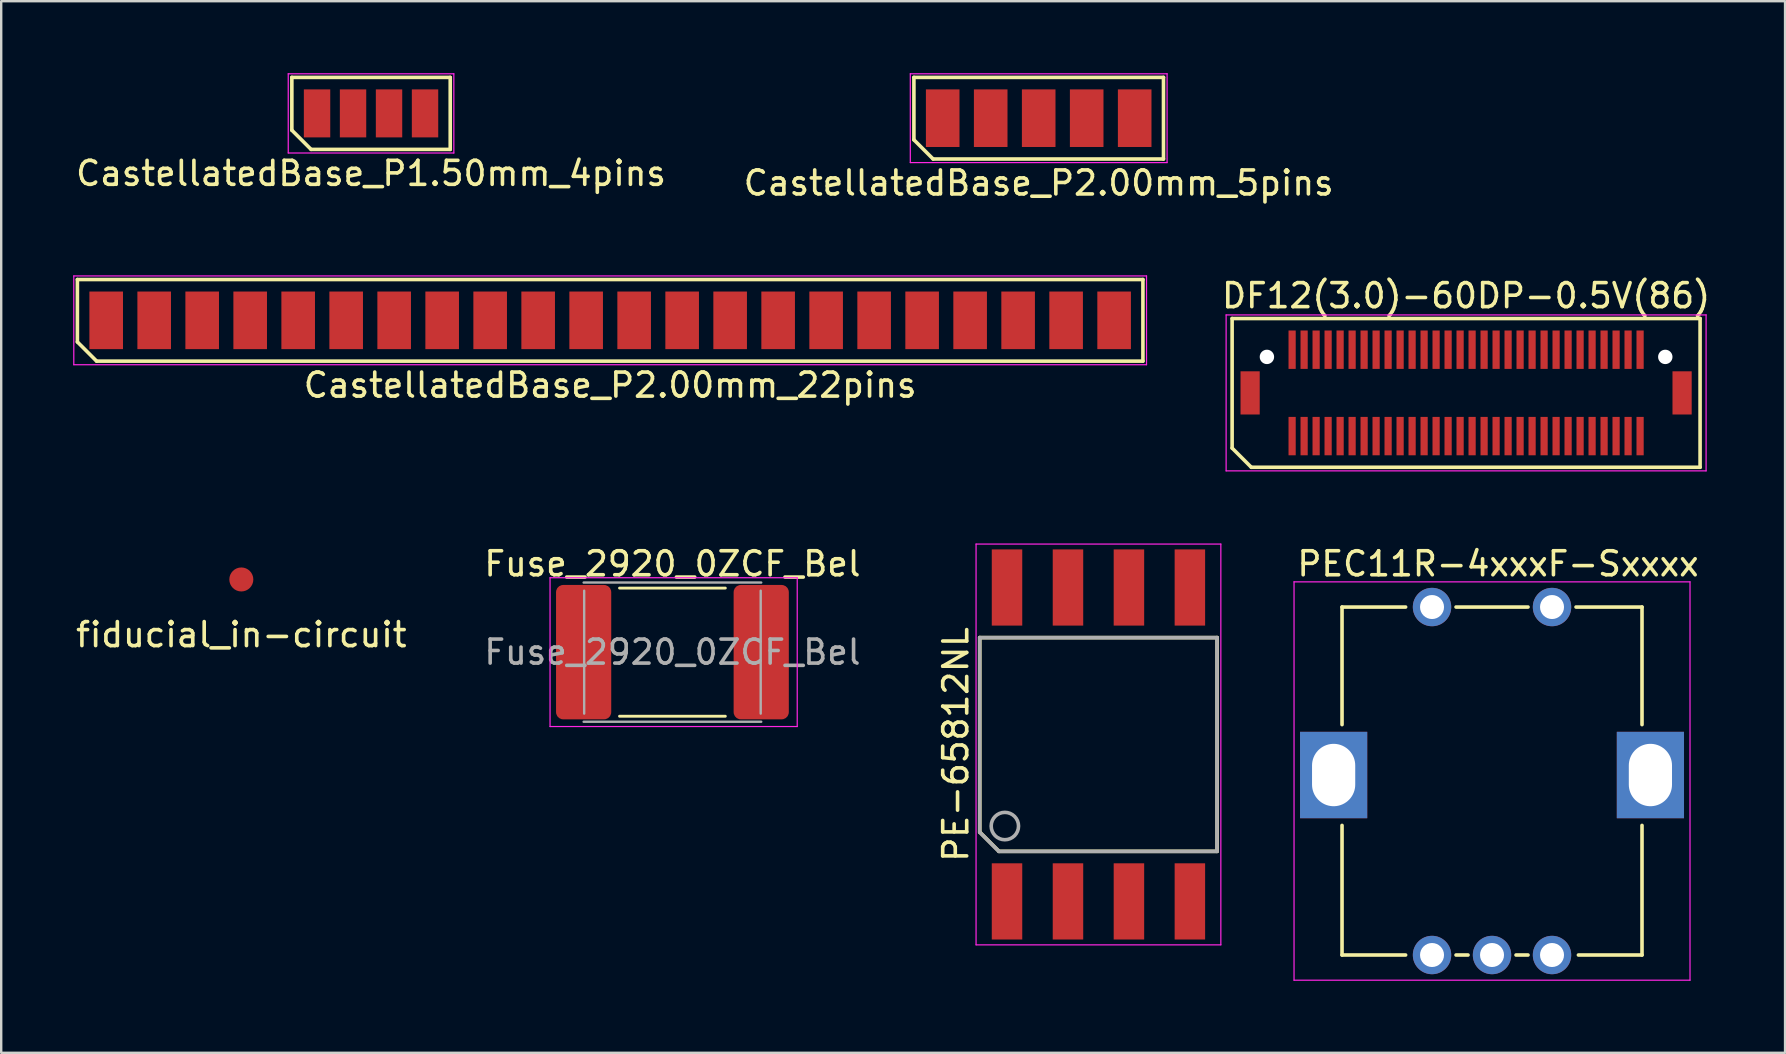
<source format=kicad_pcb>
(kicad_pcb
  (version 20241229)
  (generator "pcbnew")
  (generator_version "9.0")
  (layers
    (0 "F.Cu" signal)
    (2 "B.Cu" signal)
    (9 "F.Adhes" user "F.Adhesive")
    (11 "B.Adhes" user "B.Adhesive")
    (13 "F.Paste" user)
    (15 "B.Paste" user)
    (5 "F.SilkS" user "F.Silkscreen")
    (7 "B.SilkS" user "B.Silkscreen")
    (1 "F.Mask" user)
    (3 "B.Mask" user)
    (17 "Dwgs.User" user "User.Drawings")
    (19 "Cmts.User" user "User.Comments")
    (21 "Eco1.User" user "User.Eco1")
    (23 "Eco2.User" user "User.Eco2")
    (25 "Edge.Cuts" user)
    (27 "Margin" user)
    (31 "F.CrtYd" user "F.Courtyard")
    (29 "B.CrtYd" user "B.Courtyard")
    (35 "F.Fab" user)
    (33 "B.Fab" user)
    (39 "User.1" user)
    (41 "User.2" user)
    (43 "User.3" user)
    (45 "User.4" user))
  (footprint "CastellatedBase_P1.50mm_4pins"
    (layer "F.Cu")
    (at 12.411 1.675)
    (property "Reference" "CastellatedBase_P1.50mm_4pins" (at 0 2.5 0) (layer "F.SilkS") (effects (font (size 1 1) (thickness 0.15))))
    (attr smd)
    (fp_line (start -3.3 -1.5) (end 3.3 -1.5) (stroke (width 0.15) (type solid)) (layer "F.SilkS"))
    (fp_line (start -3.3 0.7) (end -3.3 -1.5) (stroke (width 0.15) (type solid)) (layer "F.SilkS"))
    (fp_line (start -2.5 1.5) (end -3.3 0.7) (stroke (width 0.15) (type solid)) (layer "F.SilkS"))
    (fp_line (start 3.3 -1.5) (end 3.3 1.5) (stroke (width 0.15) (type solid)) (layer "F.SilkS"))
    (fp_line (start 3.3 1.5) (end -2.5 1.5) (stroke (width 0.15) (type solid)) (layer "F.SilkS"))
    (fp_line (start -3.45 -1.65) (end 3.45 -1.65) (stroke (width 0.05) (type solid)) (layer "F.CrtYd"))
    (fp_line (start -3.45 1.65) (end -3.45 -1.65) (stroke (width 0.05) (type solid)) (layer "F.CrtYd"))
    (fp_line (start 3.45 -1.65) (end 3.45 1.65) (stroke (width 0.05) (type solid)) (layer "F.CrtYd"))
    (fp_line (start 3.45 1.65) (end -3.45 1.65) (stroke (width 0.05) (type solid)) (layer "F.CrtYd"))
    (pad "1" smd rect (at -2.25 0) (size 1.1 2) (layers "F.Cu" "F.Mask" "F.Paste"))
    (pad "2" smd rect (at -0.75 0) (size 1.1 2) (layers "F.Cu" "F.Mask" "F.Paste"))
    (pad "3" smd rect (at 0.75 0) (size 1.1 2) (layers "F.Cu" "F.Mask" "F.Paste"))
    (pad "4" smd rect (at 2.25 0) (size 1.1 2) (layers "F.Cu" "F.Mask" "F.Paste")))
  (footprint "DF12(3.0)-60DP-0.5V(86)"
    (layer "F.Cu")
    (at 58.042 13.322)
    (property "Reference" "DF12(3.0)-60DP-0.5V(86)" (at 0 -4.05 180) (layer "F.SilkS") (effects (font (size 1 1) (thickness 0.15))))
    (attr smd)
    (fp_line (start -9.75 -3.1) (end 9.75 -3.1) (stroke (width 0.15) (type solid)) (layer "F.SilkS"))
    (fp_line (start -9.75 2.3) (end -9.75 -3.1) (stroke (width 0.15) (type solid)) (layer "F.SilkS"))
    (fp_line (start -8.95 3.1) (end -9.75 2.3) (stroke (width 0.15) (type solid)) (layer "F.SilkS"))
    (fp_line (start 9.75 -3.1) (end 9.75 3.1) (stroke (width 0.15) (type solid)) (layer "F.SilkS"))
    (fp_line (start 9.75 3.1) (end -8.95 3.1) (stroke (width 0.15) (type solid)) (layer "F.SilkS"))
    (fp_line (start -10 -3.25) (end 10 -3.25) (stroke (width 0.05) (type solid)) (layer "F.CrtYd"))
    (fp_line (start -10 3.25) (end -10 -3.25) (stroke (width 0.05) (type solid)) (layer "F.CrtYd"))
    (fp_line (start 10 -3.25) (end 10 3.25) (stroke (width 0.05) (type solid)) (layer "F.CrtYd"))
    (fp_line (start 10 3.25) (end -10 3.25) (stroke (width 0.05) (type solid)) (layer "F.CrtYd"))
    (pad "" smd rect (at -9 0) (size 0.8 1.8) (layers "F.Cu" "F.Mask" "F.Paste"))
    (pad "" np_thru_hole circle (at -8.3 -1.5) (size 0.6 0.6) (drill 0.6) (layers "*.Cu" "*.Mask"))
    (pad "" np_thru_hole circle (at 8.3 -1.5) (size 0.6 0.6) (drill 0.6) (layers "*.Cu" "*.Mask"))
    (pad "" smd rect (at 9 0) (size 0.8 1.8) (layers "F.Cu" "F.Mask" "F.Paste"))
    (pad "1" smd rect (at -7.25 1.8) (size 0.3 1.6) (layers "F.Cu" "F.Mask" "F.Paste"))
    (pad "2" smd rect (at -7.25 -1.8) (size 0.3 1.6) (layers "F.Cu" "F.Mask" "F.Paste"))
    (pad "3" smd rect (at -6.75 1.8) (size 0.3 1.6) (layers "F.Cu" "F.Mask" "F.Paste"))
    (pad "4" smd rect (at -6.75 -1.8) (size 0.3 1.6) (layers "F.Cu" "F.Mask" "F.Paste"))
    (pad "5" smd rect (at -6.25 1.8) (size 0.3 1.6) (layers "F.Cu" "F.Mask" "F.Paste"))
    (pad "6" smd rect (at -6.25 -1.8) (size 0.3 1.6) (layers "F.Cu" "F.Mask" "F.Paste"))
    (pad "7" smd rect (at -5.75 1.8) (size 0.3 1.6) (layers "F.Cu" "F.Mask" "F.Paste"))
    (pad "8" smd rect (at -5.75 -1.8) (size 0.3 1.6) (layers "F.Cu" "F.Mask" "F.Paste"))
    (pad "9" smd rect (at -5.25 1.8) (size 0.3 1.6) (layers "F.Cu" "F.Mask" "F.Paste"))
    (pad "10" smd rect (at -5.25 -1.8) (size 0.3 1.6) (layers "F.Cu" "F.Mask" "F.Paste"))
    (pad "11" smd rect (at -4.75 1.8) (size 0.3 1.6) (layers "F.Cu" "F.Mask" "F.Paste"))
    (pad "12" smd rect (at -4.75 -1.8) (size 0.3 1.6) (layers "F.Cu" "F.Mask" "F.Paste"))
    (pad "13" smd rect (at -4.25 1.8) (size 0.3 1.6) (layers "F.Cu" "F.Mask" "F.Paste"))
    (pad "14" smd rect (at -4.25 -1.8) (size 0.3 1.6) (layers "F.Cu" "F.Mask" "F.Paste"))
    (pad "15" smd rect (at -3.75 1.8) (size 0.3 1.6) (layers "F.Cu" "F.Mask" "F.Paste"))
    (pad "16" smd rect (at -3.75 -1.8) (size 0.3 1.6) (layers "F.Cu" "F.Mask" "F.Paste"))
    (pad "17" smd rect (at -3.25 1.8) (size 0.3 1.6) (layers "F.Cu" "F.Mask" "F.Paste"))
    (pad "18" smd rect (at -3.25 -1.8) (size 0.3 1.6) (layers "F.Cu" "F.Mask" "F.Paste"))
    (pad "19" smd rect (at -2.75 1.8) (size 0.3 1.6) (layers "F.Cu" "F.Mask" "F.Paste"))
    (pad "20" smd rect (at -2.75 -1.8) (size 0.3 1.6) (layers "F.Cu" "F.Mask" "F.Paste"))
    (pad "21" smd rect (at -2.25 1.8) (size 0.3 1.6) (layers "F.Cu" "F.Mask" "F.Paste"))
    (pad "22" smd rect (at -2.25 -1.8) (size 0.3 1.6) (layers "F.Cu" "F.Mask" "F.Paste"))
    (pad "23" smd rect (at -1.75 1.8) (size 0.3 1.6) (layers "F.Cu" "F.Mask" "F.Paste"))
    (pad "24" smd rect (at -1.75 -1.8) (size 0.3 1.6) (layers "F.Cu" "F.Mask" "F.Paste"))
    (pad "25" smd rect (at -1.25 1.8) (size 0.3 1.6) (layers "F.Cu" "F.Mask" "F.Paste"))
    (pad "26" smd rect (at -1.25 -1.8) (size 0.3 1.6) (layers "F.Cu" "F.Mask" "F.Paste"))
    (pad "27" smd rect (at -0.75 1.8) (size 0.3 1.6) (layers "F.Cu" "F.Mask" "F.Paste"))
    (pad "28" smd rect (at -0.75 -1.8) (size 0.3 1.6) (layers "F.Cu" "F.Mask" "F.Paste"))
    (pad "29" smd rect (at -0.25 1.8) (size 0.3 1.6) (layers "F.Cu" "F.Mask" "F.Paste"))
    (pad "30" smd rect (at -0.25 -1.8) (size 0.3 1.6) (layers "F.Cu" "F.Mask" "F.Paste"))
    (pad "31" smd rect (at 0.25 1.8) (size 0.3 1.6) (layers "F.Cu" "F.Mask" "F.Paste"))
    (pad "32" smd rect (at 0.25 -1.8) (size 0.3 1.6) (layers "F.Cu" "F.Mask" "F.Paste"))
    (pad "33" smd rect (at 0.75 1.8) (size 0.3 1.6) (layers "F.Cu" "F.Mask" "F.Paste"))
    (pad "34" smd rect (at 0.75 -1.8) (size 0.3 1.6) (layers "F.Cu" "F.Mask" "F.Paste"))
    (pad "35" smd rect (at 1.25 1.8) (size 0.3 1.6) (layers "F.Cu" "F.Mask" "F.Paste"))
    (pad "36" smd rect (at 1.25 -1.8) (size 0.3 1.6) (layers "F.Cu" "F.Mask" "F.Paste"))
    (pad "37" smd rect (at 1.75 1.8) (size 0.3 1.6) (layers "F.Cu" "F.Mask" "F.Paste"))
    (pad "38" smd rect (at 1.75 -1.8) (size 0.3 1.6) (layers "F.Cu" "F.Mask" "F.Paste"))
    (pad "39" smd rect (at 2.25 1.8) (size 0.3 1.6) (layers "F.Cu" "F.Mask" "F.Paste"))
    (pad "40" smd rect (at 2.25 -1.8) (size 0.3 1.6) (layers "F.Cu" "F.Mask" "F.Paste"))
    (pad "41" smd rect (at 2.75 1.8) (size 0.3 1.6) (layers "F.Cu" "F.Mask" "F.Paste"))
    (pad "42" smd rect (at 2.75 -1.8) (size 0.3 1.6) (layers "F.Cu" "F.Mask" "F.Paste"))
    (pad "43" smd rect (at 3.25 1.8) (size 0.3 1.6) (layers "F.Cu" "F.Mask" "F.Paste"))
    (pad "44" smd rect (at 3.25 -1.8) (size 0.3 1.6) (layers "F.Cu" "F.Mask" "F.Paste"))
    (pad "45" smd rect (at 3.75 1.8) (size 0.3 1.6) (layers "F.Cu" "F.Mask" "F.Paste"))
    (pad "46" smd rect (at 3.75 -1.8) (size 0.3 1.6) (layers "F.Cu" "F.Mask" "F.Paste"))
    (pad "47" smd rect (at 4.25 1.8) (size 0.3 1.6) (layers "F.Cu" "F.Mask" "F.Paste"))
    (pad "48" smd rect (at 4.25 -1.8) (size 0.3 1.6) (layers "F.Cu" "F.Mask" "F.Paste"))
    (pad "49" smd rect (at 4.75 1.8) (size 0.3 1.6) (layers "F.Cu" "F.Mask" "F.Paste"))
    (pad "50" smd rect (at 4.75 -1.8) (size 0.3 1.6) (layers "F.Cu" "F.Mask" "F.Paste"))
    (pad "51" smd rect (at 5.25 1.8) (size 0.3 1.6) (layers "F.Cu" "F.Mask" "F.Paste"))
    (pad "52" smd rect (at 5.25 -1.8) (size 0.3 1.6) (layers "F.Cu" "F.Mask" "F.Paste"))
    (pad "53" smd rect (at 5.75 1.8) (size 0.3 1.6) (layers "F.Cu" "F.Mask" "F.Paste"))
    (pad "54" smd rect (at 5.75 -1.8) (size 0.3 1.6) (layers "F.Cu" "F.Mask" "F.Paste"))
    (pad "55" smd rect (at 6.25 1.8) (size 0.3 1.6) (layers "F.Cu" "F.Mask" "F.Paste"))
    (pad "56" smd rect (at 6.25 -1.8) (size 0.3 1.6) (layers "F.Cu" "F.Mask" "F.Paste"))
    (pad "57" smd rect (at 6.75 1.8) (size 0.3 1.6) (layers "F.Cu" "F.Mask" "F.Paste"))
    (pad "58" smd rect (at 6.75 -1.8) (size 0.3 1.6) (layers "F.Cu" "F.Mask" "F.Paste"))
    (pad "59" smd rect (at 7.25 1.8) (size 0.3 1.6) (layers "F.Cu" "F.Mask" "F.Paste"))
    (pad "60" smd rect (at 7.25 -1.8) (size 0.3 1.6) (layers "F.Cu" "F.Mask" "F.Paste")))
  (footprint "PEC11R-4xxxF-Sxxxx"
    (layer "F.Cu")
    (at 56.622 22.245)
    (property "Reference" "PEC11R-4xxxF-Sxxxx" (at 2.75 -1.8 0) (layer "F.SilkS") (effects (font (size 1 1) (thickness 0.15))))
    (attr through_hole)
    (fp_line (start -3.75 0) (end -3.75 4.9) (stroke (width 0.15) (type solid)) (layer "F.SilkS"))
    (fp_line (start -3.75 0) (end -1.1 0) (stroke (width 0.15) (type solid)) (layer "F.SilkS"))
    (fp_line (start -3.75 14.5) (end -3.75 9.1) (stroke (width 0.15) (type solid)) (layer "F.SilkS"))
    (fp_line (start -3.75 14.5) (end -1.1 14.5) (stroke (width 0.15) (type solid)) (layer "F.SilkS"))
    (fp_line (start 1 14.5) (end 1.5 14.5) (stroke (width 0.15) (type solid)) (layer "F.SilkS"))
    (fp_line (start 3.5 14.5) (end 4 14.5) (stroke (width 0.15) (type solid)) (layer "F.SilkS"))
    (fp_line (start 4 0) (end 1 0) (stroke (width 0.15) (type solid)) (layer "F.SilkS"))
    (fp_line (start 6.1 14.5) (end 8.75 14.5) (stroke (width 0.15) (type solid)) (layer "F.SilkS"))
    (fp_line (start 8.75 0) (end 6 0) (stroke (width 0.15) (type solid)) (layer "F.SilkS"))
    (fp_line (start 8.75 4.9) (end 8.75 0) (stroke (width 0.15) (type solid)) (layer "F.SilkS"))
    (fp_line (start 8.75 14.5) (end 8.75 9.1) (stroke (width 0.15) (type solid)) (layer "F.SilkS"))
    (fp_line (start -5.75 -1.05) (end 10.75 -1.05) (stroke (width 0.05) (type solid)) (layer "F.CrtYd"))
    (fp_line (start -5.75 15.55) (end -5.75 -1.05) (stroke (width 0.05) (type solid)) (layer "F.CrtYd"))
    (fp_line (start 10.75 -1.05) (end 10.75 15.55) (stroke (width 0.05) (type solid)) (layer "F.CrtYd"))
    (fp_line (start 10.75 15.55) (end -5.75 15.55) (stroke (width 0.05) (type solid)) (layer "F.CrtYd"))
    (pad "" thru_hole rect (at -4.1 7) (size 2.8 3.6) (drill oval 1.8 2.6) (layers "*.Cu" "*.Mask"))
    (pad "" thru_hole rect (at 9.1 7) (size 2.8 3.6) (drill oval 1.8 2.6) (layers "*.Cu" "*.Mask"))
    (pad "1" thru_hole circle (at 0 0) (size 1.6 1.6) (drill 1) (layers "*.Cu" "*.Mask"))
    (pad "2" thru_hole circle (at 5 0) (size 1.6 1.6) (drill 1) (layers "*.Cu" "*.Mask"))
    (pad "3" thru_hole circle (at 0 14.5) (size 1.6 1.6) (drill 1) (layers "*.Cu" "*.Mask"))
    (pad "4" thru_hole circle (at 2.5 14.5) (size 1.6 1.6) (drill 1) (layers "*.Cu" "*.Mask"))
    (pad "5" thru_hole circle (at 5 14.5) (size 1.6 1.6) (drill 1) (layers "*.Cu" "*.Mask")))
  (footprint "CastellatedBase_P2.00mm_5pins"
    (layer "F.Cu")
    (at 40.232 1.875)
    (property "Reference" "CastellatedBase_P2.00mm_5pins" (at 0 2.7 0) (layer "F.SilkS") (effects (font (size 1 1) (thickness 0.15))))
    (attr smd)
    (fp_line (start -5.2 -1.7) (end 5.2 -1.7) (stroke (width 0.15) (type solid)) (layer "F.SilkS"))
    (fp_line (start -5.2 0.9) (end -5.2 -1.7) (stroke (width 0.15) (type solid)) (layer "F.SilkS"))
    (fp_line (start -4.4 1.7) (end -5.2 0.9) (stroke (width 0.15) (type solid)) (layer "F.SilkS"))
    (fp_line (start 5.2 -1.7) (end 5.2 1.7) (stroke (width 0.15) (type solid)) (layer "F.SilkS"))
    (fp_line (start 5.2 1.7) (end -4.4 1.7) (stroke (width 0.15) (type solid)) (layer "F.SilkS"))
    (fp_line (start -5.35 -1.85) (end 5.35 -1.85) (stroke (width 0.05) (type solid)) (layer "F.CrtYd"))
    (fp_line (start -5.35 1.85) (end -5.35 -1.85) (stroke (width 0.05) (type solid)) (layer "F.CrtYd"))
    (fp_line (start 5.35 -1.85) (end 5.35 1.85) (stroke (width 0.05) (type solid)) (layer "F.CrtYd"))
    (fp_line (start 5.35 1.85) (end -5.35 1.85) (stroke (width 0.05) (type solid)) (layer "F.CrtYd"))
    (pad "1" smd rect (at -4 0) (size 1.4 2.4) (layers "F.Cu" "F.Mask" "F.Paste"))
    (pad "2" smd rect (at -2 0) (size 1.4 2.4) (layers "F.Cu" "F.Mask" "F.Paste"))
    (pad "3" smd rect (at 0 0) (size 1.4 2.4) (layers "F.Cu" "F.Mask" "F.Paste"))
    (pad "4" smd rect (at 2 0) (size 1.4 2.4) (layers "F.Cu" "F.Mask" "F.Paste"))
    (pad "5" smd rect (at 4 0) (size 1.4 2.4) (layers "F.Cu" "F.Mask" "F.Paste")))
  (footprint "Fuse_2920_0ZCF_Bel"
    (layer "F.Cu")
    (at 24.97 24.125)
    (property "Reference" "Fuse_2920_0ZCF_Bel" (at 0 -3.68 0) (layer "F.SilkS") (effects (font (size 1 1) (thickness 0.15))))
    (attr smd)
    (fp_line (start -2.204 -2.67) (end 2.204 -2.67) (stroke (width 0.12) (type solid)) (layer "F.SilkS"))
    (fp_line (start -2.204 2.67) (end 2.204 2.67) (stroke (width 0.12) (type solid)) (layer "F.SilkS"))
    (fp_line (start -5.1 -3.1) (end 5.2 -3.1) (stroke (width 0.05) (type solid)) (layer "F.CrtYd"))
    (fp_line (start -5.1 3.1) (end -5.1 -3.1) (stroke (width 0.05) (type solid)) (layer "F.CrtYd"))
    (fp_line (start 5.2 -3.1) (end 5.2 3.1) (stroke (width 0.05) (type solid)) (layer "F.CrtYd"))
    (fp_line (start 5.2 3.1) (end -5.1 3.1) (stroke (width 0.05) (type solid)) (layer "F.CrtYd"))
    (fp_line (start -3.7 -2.9) (end 3.7 -2.9) (stroke (width 0.1) (type solid)) (layer "F.Fab"))
    (fp_line (start -3.678 2.56) (end -3.678 -2.56) (stroke (width 0.1) (type solid)) (layer "F.Fab"))
    (fp_line (start 3.678 -2.56) (end 3.678 2.56) (stroke (width 0.1) (type solid)) (layer "F.Fab"))
    (fp_line (start 3.7 2.9) (end -3.7 2.9) (stroke (width 0.1) (type solid)) (layer "F.Fab"))
    (fp_text user "${REFERENCE}" (at 0 0 0) (layer "F.Fab") (effects (font (size 1 1) (thickness 0.15))))
    (pad "1" smd roundrect (at -3.7 0) (size 2.3 5.6) (layers "F.Cu" "F.Mask" "F.Paste") (roundrect_rratio 0.13))
    (pad "2" smd roundrect (at 3.7 0) (size 2.3 5.6) (layers "F.Cu" "F.Mask" "F.Paste") (roundrect_rratio 0.13)))
  (footprint "PE-65812NL"
    (layer "F.Cu")
    (at 42.722 27.971)
    (property "Reference" "PE-65812NL" (at -5.945 0 90) (layer "F.SilkS") (effects (font (size 1 1) (thickness 0.15))))
    (attr smd)
    (fp_line (start -4.945 -4.453) (end 4.945 -4.453) (stroke (width 0.15) (type solid)) (layer "F.SilkS"))
    (fp_line (start -4.945 3.653) (end -4.945 -4.453) (stroke (width 0.15) (type solid)) (layer "F.SilkS"))
    (fp_line (start -4.145 4.453) (end -4.945 3.653) (stroke (width 0.15) (type solid)) (layer "F.SilkS"))
    (fp_line (start 4.945 -4.453) (end 4.945 4.453) (stroke (width 0.15) (type solid)) (layer "F.SilkS"))
    (fp_line (start 4.945 4.453) (end -4.145 4.453) (stroke (width 0.15) (type solid)) (layer "F.SilkS"))
    (fp_line (start -5.1 -8.35) (end 5.1 -8.35) (stroke (width 0.05) (type solid)) (layer "F.CrtYd"))
    (fp_line (start -5.1 8.35) (end -5.1 -8.35) (stroke (width 0.05) (type solid)) (layer "F.CrtYd"))
    (fp_line (start 5.1 -8.35) (end 5.1 8.35) (stroke (width 0.05) (type solid)) (layer "F.CrtYd"))
    (fp_line (start 5.1 8.35) (end -5.1 8.35) (stroke (width 0.05) (type solid)) (layer "F.CrtYd"))
    (fp_line (start -4.95 -4.45) (end 4.94 -4.45) (stroke (width 0.15) (type solid)) (layer "F.Fab"))
    (fp_line (start -4.95 3.656) (end -4.95 -4.45) (stroke (width 0.15) (type solid)) (layer "F.Fab"))
    (fp_line (start -4.15 4.456) (end -4.95 3.656) (stroke (width 0.15) (type solid)) (layer "F.Fab"))
    (fp_line (start 4.94 -4.45) (end 4.94 4.456) (stroke (width 0.15) (type solid)) (layer "F.Fab"))
    (fp_line (start 4.94 4.456) (end -4.15 4.456) (stroke (width 0.15) (type solid)) (layer "F.Fab"))
    (fp_circle (center -3.9 3.4) (end -3.45 3.75) (stroke (width 0.15) (type solid)) (fill no) (layer "F.Fab"))
    (pad "1" smd rect (at -3.81 6.54) (size 1.27 3.175) (layers "F.Cu" "F.Mask" "F.Paste"))
    (pad "2" smd rect (at -1.27 6.54) (size 1.27 3.175) (layers "F.Cu" "F.Mask" "F.Paste"))
    (pad "3" smd rect (at 1.27 6.54) (size 1.27 3.175) (layers "F.Cu" "F.Mask" "F.Paste"))
    (pad "4" smd rect (at 3.81 6.54) (size 1.27 3.175) (layers "F.Cu" "F.Mask" "F.Paste"))
    (pad "5" smd rect (at 3.81 -6.54) (size 1.27 3.175) (layers "F.Cu" "F.Mask" "F.Paste"))
    (pad "6" smd rect (at 1.27 -6.54) (size 1.27 3.175) (layers "F.Cu" "F.Mask" "F.Paste"))
    (pad "7" smd rect (at -1.27 -6.54) (size 1.27 3.175) (layers "F.Cu" "F.Mask" "F.Paste"))
    (pad "8" smd rect (at -3.81 -6.54) (size 1.27 3.175) (layers "F.Cu" "F.Mask" "F.Paste")))
  (footprint "fiducial_in-circuit"
    (layer "F.Cu")
    (at 7.006 21.096)
    (property "Reference" "fiducial_in-circuit" (at 0 2.3 0) (layer "F.SilkS") (effects (font (size 1 1) (thickness 0.15))))
    (attr through_hole)
    (pad "" smd circle (at 0 0) (size 1 1) (layers "F.Cu" "F.Mask" "F.Paste"))
    (pad "" smd rect (at 0 0) (size 3 3) (layers "F.Mask")))
  (footprint "CastellatedBase_P2.00mm_22pins"
    (layer "F.Cu")
    (at 22.375 10.298)
    (property "Reference" "CastellatedBase_P2.00mm_22pins" (at 0 2.7 0) (layer "F.SilkS") (effects (font (size 1 1) (thickness 0.15))))
    (attr smd)
    (fp_line (start -22.2 -1.7) (end 22.2 -1.7) (stroke (width 0.15) (type solid)) (layer "F.SilkS"))
    (fp_line (start -22.2 0.9) (end -22.2 -1.7) (stroke (width 0.15) (type solid)) (layer "F.SilkS"))
    (fp_line (start -21.4 1.7) (end -22.2 0.9) (stroke (width 0.15) (type solid)) (layer "F.SilkS"))
    (fp_line (start 22.2 -1.7) (end 22.2 1.7) (stroke (width 0.15) (type solid)) (layer "F.SilkS"))
    (fp_line (start 22.2 1.7) (end -21.4 1.7) (stroke (width 0.15) (type solid)) (layer "F.SilkS"))
    (fp_line (start -22.35 -1.85) (end 22.35 -1.85) (stroke (width 0.05) (type solid)) (layer "F.CrtYd"))
    (fp_line (start -22.35 1.85) (end -22.35 -1.85) (stroke (width 0.05) (type solid)) (layer "F.CrtYd"))
    (fp_line (start 22.35 -1.85) (end 22.35 1.85) (stroke (width 0.05) (type solid)) (layer "F.CrtYd"))
    (fp_line (start 22.35 1.85) (end -22.35 1.85) (stroke (width 0.05) (type solid)) (layer "F.CrtYd"))
    (pad "1" smd rect (at -21 0) (size 1.4 2.4) (layers "F.Cu" "F.Mask" "F.Paste"))
    (pad "2" smd rect (at -19 0) (size 1.4 2.4) (layers "F.Cu" "F.Mask" "F.Paste"))
    (pad "3" smd rect (at -17 0) (size 1.4 2.4) (layers "F.Cu" "F.Mask" "F.Paste"))
    (pad "4" smd rect (at -15 0) (size 1.4 2.4) (layers "F.Cu" "F.Mask" "F.Paste"))
    (pad "5" smd rect (at -13 0) (size 1.4 2.4) (layers "F.Cu" "F.Mask" "F.Paste"))
    (pad "6" smd rect (at -11 0) (size 1.4 2.4) (layers "F.Cu" "F.Mask" "F.Paste"))
    (pad "7" smd rect (at -9 0) (size 1.4 2.4) (layers "F.Cu" "F.Mask" "F.Paste"))
    (pad "8" smd rect (at -7 0) (size 1.4 2.4) (layers "F.Cu" "F.Mask" "F.Paste"))
    (pad "9" smd rect (at -5 0) (size 1.4 2.4) (layers "F.Cu" "F.Mask" "F.Paste"))
    (pad "10" smd rect (at -3 0) (size 1.4 2.4) (layers "F.Cu" "F.Mask" "F.Paste"))
    (pad "11" smd rect (at -1 0) (size 1.4 2.4) (layers "F.Cu" "F.Mask" "F.Paste"))
    (pad "12" smd rect (at 1 0) (size 1.4 2.4) (layers "F.Cu" "F.Mask" "F.Paste"))
    (pad "13" smd rect (at 3 0) (size 1.4 2.4) (layers "F.Cu" "F.Mask" "F.Paste"))
    (pad "14" smd rect (at 5 0) (size 1.4 2.4) (layers "F.Cu" "F.Mask" "F.Paste"))
    (pad "15" smd rect (at 7 0) (size 1.4 2.4) (layers "F.Cu" "F.Mask" "F.Paste"))
    (pad "16" smd rect (at 9 0) (size 1.4 2.4) (layers "F.Cu" "F.Mask" "F.Paste"))
    (pad "17" smd rect (at 11 0) (size 1.4 2.4) (layers "F.Cu" "F.Mask" "F.Paste"))
    (pad "18" smd rect (at 13 0) (size 1.4 2.4) (layers "F.Cu" "F.Mask" "F.Paste"))
    (pad "19" smd rect (at 15 0) (size 1.4 2.4) (layers "F.Cu" "F.Mask" "F.Paste"))
    (pad "20" smd rect (at 17 0) (size 1.4 2.4) (layers "F.Cu" "F.Mask" "F.Paste"))
    (pad "21" smd rect (at 19 0) (size 1.4 2.4) (layers "F.Cu" "F.Mask" "F.Paste"))
    (pad "22" smd rect (at 21 0) (size 1.4 2.4) (layers "F.Cu" "F.Mask" "F.Paste")))
  (gr_rect
    (start -3 -3)
    (end 71.333 40.82)
    (stroke (width 0.1) (type default))
    (fill no)
    (layer "Edge.Cuts")))
</source>
